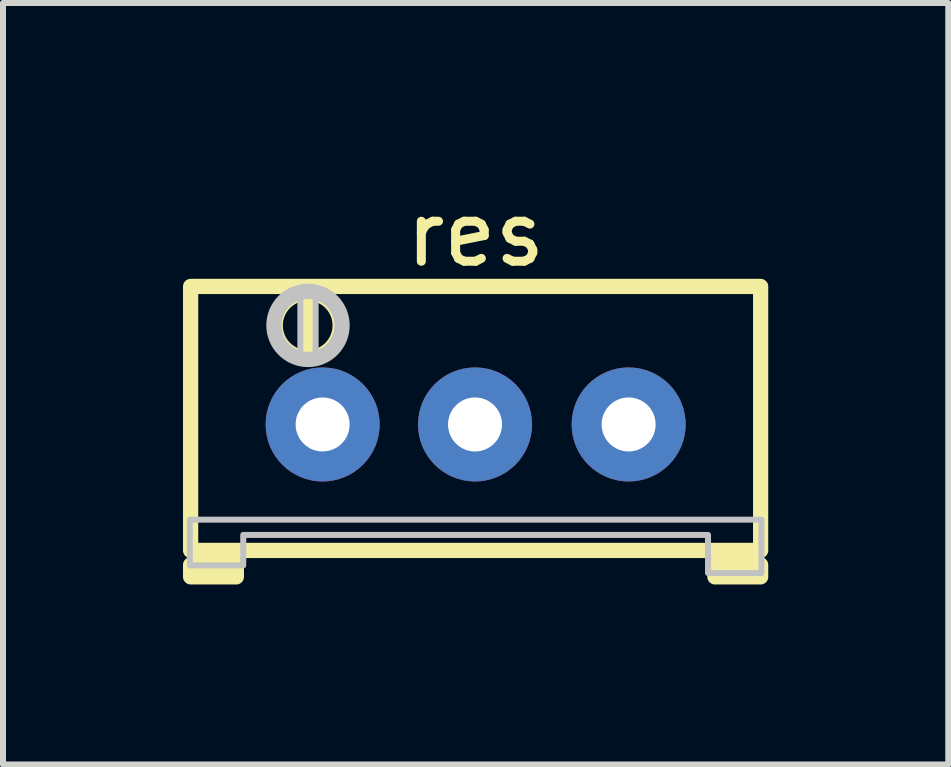
<source format=kicad_pcb>
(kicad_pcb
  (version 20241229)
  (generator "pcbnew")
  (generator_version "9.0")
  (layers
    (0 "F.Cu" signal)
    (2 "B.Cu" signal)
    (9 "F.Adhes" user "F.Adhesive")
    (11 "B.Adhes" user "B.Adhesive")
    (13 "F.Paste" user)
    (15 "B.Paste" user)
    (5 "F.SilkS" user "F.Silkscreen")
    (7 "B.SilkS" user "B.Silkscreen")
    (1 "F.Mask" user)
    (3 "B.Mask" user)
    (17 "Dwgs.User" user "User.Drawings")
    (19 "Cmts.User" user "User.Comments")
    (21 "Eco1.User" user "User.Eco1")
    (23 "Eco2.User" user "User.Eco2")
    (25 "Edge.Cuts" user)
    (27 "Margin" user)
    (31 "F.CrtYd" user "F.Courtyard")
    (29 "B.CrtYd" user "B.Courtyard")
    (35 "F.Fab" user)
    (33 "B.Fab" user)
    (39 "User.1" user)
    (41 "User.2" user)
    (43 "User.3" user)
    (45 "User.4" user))
  (footprint "res"
    (layer "F.Cu")
    (at 4.877 4.024)
    (property "Reference" "res" (at 0 -3.175 0) (layer "F.SilkS") (effects (font (size 1 1) (thickness 0.15))))
    (fp_line (start -2.804 -2.032) (end -2.804 -1.651) (stroke (width 0.254) (type default)) (layer "F.SilkS"))
    (fp_line (start -2.804 -1.651) (end -2.804 -2.032) (stroke (width 0.254) (type default)) (layer "F.SilkS"))
    (fp_line (start -2.804 -1.27) (end -2.804 -1.651) (stroke (width 0.254) (type default)) (layer "F.SilkS"))
    (fp_rect (start -4.75 -2.3) (end 4.75 2.1) (stroke (width 0.254) (type default)) (fill no) (layer "F.SilkS"))
    (fp_rect (start -4.75 2.34) (end -3.988 2.54) (stroke (width 0.254) (type default)) (fill no) (layer "F.SilkS"))
    (fp_rect (start 3.988 2.34) (end 4.75 2.54) (stroke (width 0.254) (type default)) (fill no) (layer "F.SilkS"))
    (fp_arc (start -2.799 -1.1115) (mid -3.337994 -1.648) (end -2.804 -2.1895) (stroke (width 0.254) (type default)) (layer "F.SilkS"))
    (fp_arc (start -2.794 -2.1895) (mid -2.259983 -1.648) (end -2.799 -1.1115) (stroke (width 0.254) (type default)) (layer "F.SilkS"))
    (fp_circle (center -2.794 -1.651) (end -2.226 -1.651) (stroke (width 0.254) (type default)) (fill no) (layer "Dwgs.User"))
    (fp_poly (pts (xy -2.921 -2.159) (xy -2.667 -2.159) (xy -2.667 -1.143) (xy -2.921 -1.143)) (stroke (width 0.1) (type default)) (fill no) (layer "Dwgs.User"))
    (fp_poly (pts (xy -4.763 2.349) (xy -4.763 1.587) (xy 4.763 1.587) (xy 4.763 2.477) (xy 3.873 2.477) (xy 3.873 1.841) (xy -3.873 1.841) (xy -3.873 2.349)) (stroke (width 0.1) (type default)) (fill no) (layer "Dwgs.User"))
    (fp_poly (pts (xy -2.3 0) (xy -2.319 -0.096) (xy -2.373 -0.177) (xy -2.454 -0.231) (xy -2.55 -0.25) (xy -2.646 -0.231) (xy -2.727 -0.177) (xy -2.781 -0.096) (xy -2.8 0) (xy -2.781 0.096) (xy -2.727 0.177) (xy -2.646 0.231) (xy -2.55 0.25) (xy -2.454 0.231) (xy -2.373 0.177) (xy -2.319 0.096)) (stroke (width 0.1) (type default)) (fill no) (layer "User.1"))
    (fp_poly (pts (xy 0.24 0) (xy 0.221 -0.096) (xy 0.167 -0.177) (xy 0.086 -0.231) (xy -0.01 -0.25) (xy -0.106 -0.231) (xy -0.187 -0.177) (xy -0.241 -0.096) (xy -0.26 0) (xy -0.241 0.096) (xy -0.187 0.177) (xy -0.106 0.231) (xy -0.01 0.25) (xy 0.086 0.231) (xy 0.167 0.177) (xy 0.221 0.096)) (stroke (width 0.1) (type default)) (fill no) (layer "User.1"))
    (fp_poly (pts (xy 2.8 0) (xy 2.781 -0.096) (xy 2.727 -0.177) (xy 2.646 -0.231) (xy 2.55 -0.25) (xy 2.454 -0.231) (xy 2.373 -0.177) (xy 2.319 -0.096) (xy 2.3 0) (xy 2.319 0.096) (xy 2.373 0.177) (xy 2.454 0.231) (xy 2.55 0.25) (xy 2.646 0.231) (xy 2.727 0.177) (xy 2.781 0.096)) (stroke (width 0.1) (type default)) (fill no) (layer "User.1"))
    (fp_line (start -4.75 -2.45) (end 4.75 -2.45) (stroke (width 0.051) (type default)) (layer "User.2"))
    (fp_line (start -4.75 2.4) (end -4.75 -2.45) (stroke (width 0.051) (type default)) (layer "User.2"))
    (fp_line (start -3.937 1.95) (end -3.937 2.4) (stroke (width 0.051) (type default)) (layer "User.2"))
    (fp_line (start -3.937 2.4) (end -4.75 2.4) (stroke (width 0.051) (type default)) (layer "User.2"))
    (fp_line (start 3.937 1.95) (end -3.937 1.95) (stroke (width 0.051) (type default)) (layer "User.2"))
    (fp_line (start 3.937 2.4) (end 3.937 1.95) (stroke (width 0.051) (type default)) (layer "User.2"))
    (fp_line (start 4.75 -2.45) (end 4.75 2.4) (stroke (width 0.051) (type default)) (layer "User.2"))
    (fp_line (start 4.75 2.4) (end 3.937 2.4) (stroke (width 0.051) (type default)) (layer "User.2"))
    (fp_poly (pts (xy -4.69 2.4) (xy -4.708 2.358) (xy -4.75 2.34) (xy -4.792 2.358) (xy -4.81 2.4) (xy -4.792 2.442) (xy -4.75 2.46) (xy -4.708 2.442)) (stroke (width 0.1) (type default)) (fill no) (layer "User.3"))
    (pad "1" thru_hole circle (at -2.55 0) (size 1.9 1.9) (drill 0.9) (layers "*.Cu" "*.Mask"))
    (pad "2" thru_hole circle (at -0.01 0) (size 1.9 1.9) (drill 0.9) (layers "*.Cu" "*.Mask"))
    (pad "3" thru_hole circle (at 2.55 0) (size 1.9 1.9) (drill 0.9) (layers "*.Cu" "*.Mask")))
  (gr_rect
    (start -3 -3)
    (end 12.754 9.691)
    (stroke (width 0.1) (type default))
    (fill no)
    (layer "Edge.Cuts")))
</source>
